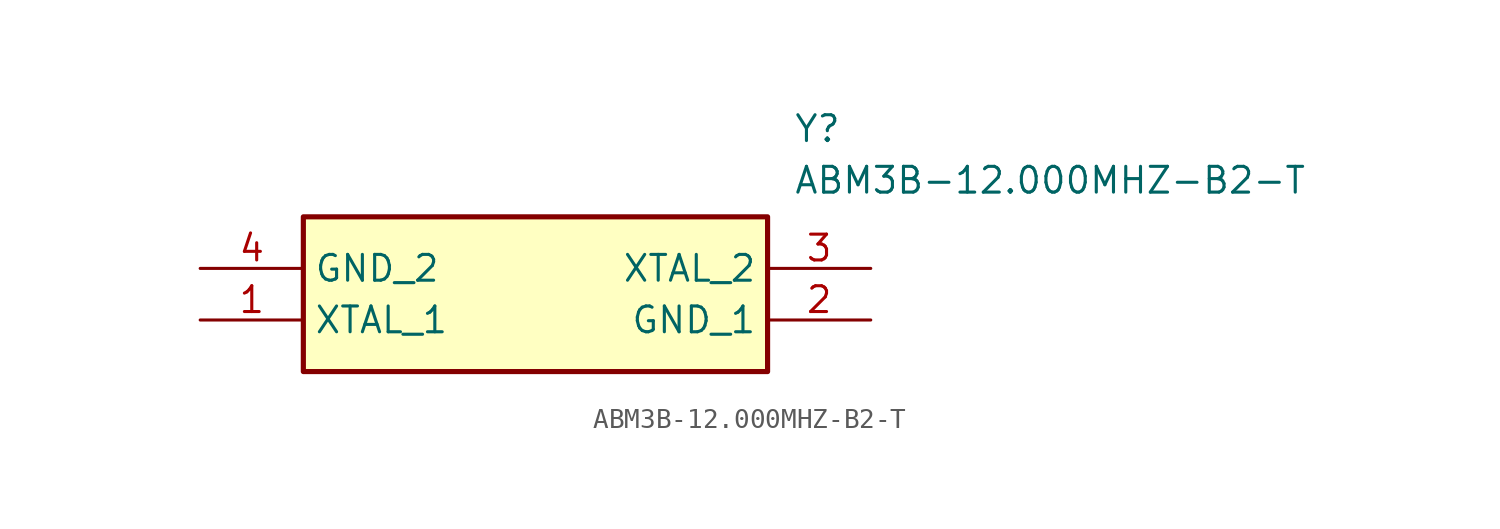
<source format=kicad_sym>
(kicad_symbol_lib
  (version 20211014)
  (generator SamacSys_ECAD_Model)
  (symbol "ABM3B-12.000MHZ-B2-T"
    (property "Reference" "Y"
      (at 29.21 7.62 0)
      (effects (font (size 1.27 1.27)) (justify left top)))
    (property "Value" "ABM3B-12.000MHZ-B2-T"
      (at 29.21 5.08 0)
      (effects (font (size 1.27 1.27)) (justify left top)))
    (rectangle
      (start 5.08 2.54)
      (end 27.94 -5.08)
      (stroke (width 0.254) (type default))
      (fill (type background)))
    (pin passive line
      (at 0 -2.54 0)
      (length 5.08)
      (name "XTAL_1" (effects (font (size 1.27 1.27))))
      (number "1" (effects (font (size 1.27 1.27)))))
    (pin passive line
      (at 33.02 -2.54 180)
      (length 5.08)
      (name "GND_1" (effects (font (size 1.27 1.27))))
      (number "2" (effects (font (size 1.27 1.27)))))
    (pin passive line
      (at 33.02 0 180)
      (length 5.08)
      (name "XTAL_2" (effects (font (size 1.27 1.27))))
      (number "3" (effects (font (size 1.27 1.27)))))
    (pin passive line
      (at 0 0 0)
      (length 5.08)
      (name "GND_2" (effects (font (size 1.27 1.27))))
      (number "4" (effects (font (size 1.27 1.27)))))))
</source>
